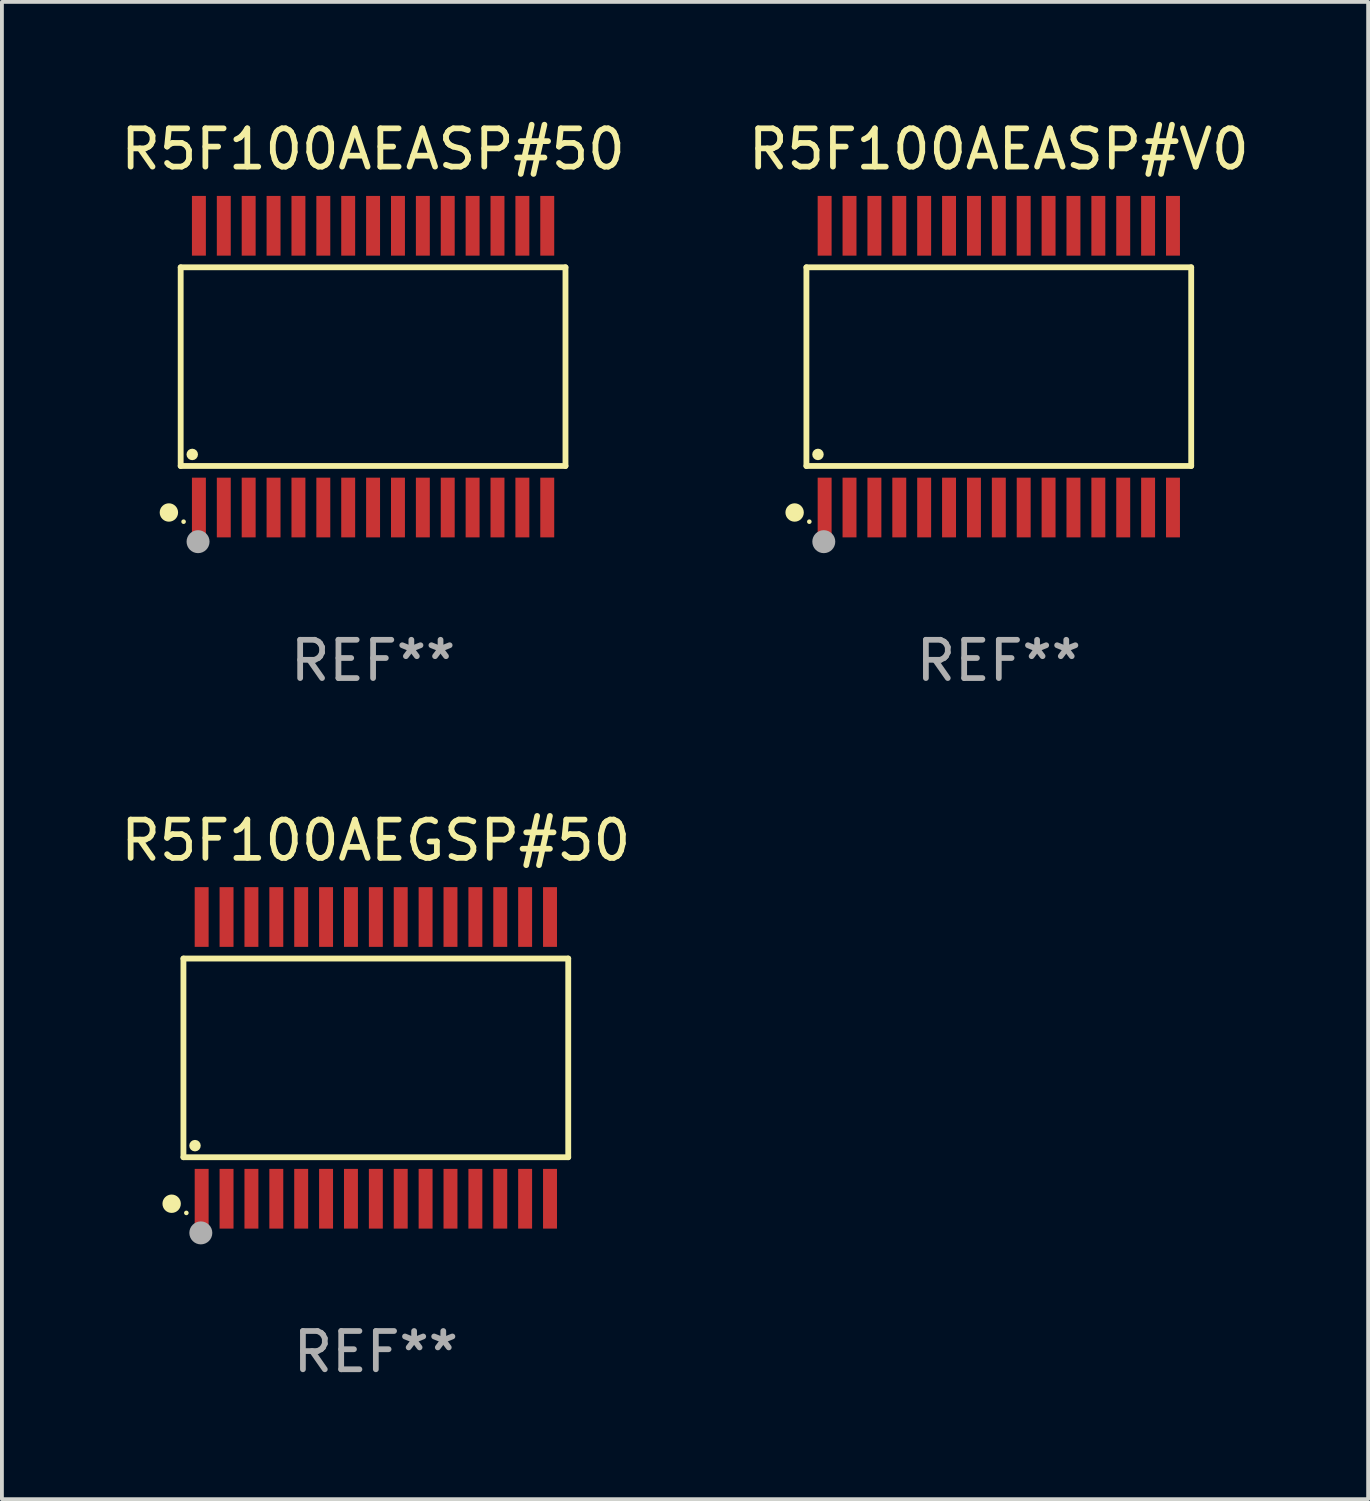
<source format=kicad_pcb>
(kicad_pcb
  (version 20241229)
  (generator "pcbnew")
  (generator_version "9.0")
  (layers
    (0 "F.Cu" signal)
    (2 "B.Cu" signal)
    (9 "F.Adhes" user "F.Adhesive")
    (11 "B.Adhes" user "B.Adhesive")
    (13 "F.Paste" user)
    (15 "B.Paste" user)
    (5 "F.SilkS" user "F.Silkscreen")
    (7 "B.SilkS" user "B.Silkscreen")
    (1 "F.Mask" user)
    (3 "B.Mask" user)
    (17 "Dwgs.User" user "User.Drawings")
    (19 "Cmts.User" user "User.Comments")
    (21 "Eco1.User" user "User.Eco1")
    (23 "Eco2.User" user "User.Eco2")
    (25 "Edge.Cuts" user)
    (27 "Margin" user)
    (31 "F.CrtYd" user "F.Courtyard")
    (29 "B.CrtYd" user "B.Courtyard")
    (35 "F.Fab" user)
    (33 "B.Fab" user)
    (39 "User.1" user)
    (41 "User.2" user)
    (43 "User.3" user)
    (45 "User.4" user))
  (footprint "R5F100AEASP#50"
    (layer "F.Cu")
    (at 6.696 6.528)
    (property "Reference" "R5F100AEASP#50" (at 0 -5.68 0) (layer "F.SilkS") (effects (font (size 1 1) (thickness 0.15))))
    (attr through_hole)
    (fp_line (start -5.026 -2.595) (end 5.026 -2.595) (stroke (width 0.152) (type solid)) (layer "F.SilkS"))
    (fp_line (start -5.026 2.595) (end -5.026 -2.595) (stroke (width 0.152) (type solid)) (layer "F.SilkS"))
    (fp_line (start 5.026 -2.595) (end 5.026 2.595) (stroke (width 0.152) (type solid)) (layer "F.SilkS"))
    (fp_line (start 5.026 2.595) (end -5.026 2.595) (stroke (width 0.152) (type solid)) (layer "F.SilkS"))
    (fp_circle (center -5.334 3.81) (end -5.214 3.81) (stroke (width 0.24) (type solid)) (fill no) (layer "F.SilkS"))
    (fp_circle (center -4.95 4.05) (end -4.92 4.05) (stroke (width 0.06) (type solid)) (fill no) (layer "F.SilkS"))
    (fp_circle (center -4.724 2.293) (end -4.649 2.293) (stroke (width 0.15) (type solid)) (fill no) (layer "F.SilkS"))
    (fp_circle (center -4.572 4.572) (end -4.422 4.572) (stroke (width 0.3) (type solid)) (fill no) (layer "F.Fab"))
    (fp_text user "REF**" (at 0 7.68 0) (layer "F.Fab") (effects (font (size 1 1) (thickness 0.15))))
    (pad "1" smd rect (at -4.55 3.68) (size 0.364 1.56) (layers "F.Cu" "F.Mask" "F.Paste"))
    (pad "2" smd rect (at -3.9 3.68) (size 0.364 1.56) (layers "F.Cu" "F.Mask" "F.Paste"))
    (pad "3" smd rect (at -3.25 3.68) (size 0.364 1.56) (layers "F.Cu" "F.Mask" "F.Paste"))
    (pad "4" smd rect (at -2.6 3.68) (size 0.364 1.56) (layers "F.Cu" "F.Mask" "F.Paste"))
    (pad "5" smd rect (at -1.95 3.68) (size 0.364 1.56) (layers "F.Cu" "F.Mask" "F.Paste"))
    (pad "6" smd rect (at -1.3 3.68) (size 0.364 1.56) (layers "F.Cu" "F.Mask" "F.Paste"))
    (pad "7" smd rect (at -0.65 3.68) (size 0.364 1.56) (layers "F.Cu" "F.Mask" "F.Paste"))
    (pad "8" smd rect (at -0.000013 3.68) (size 0.364 1.56) (layers "F.Cu" "F.Mask" "F.Paste"))
    (pad "9" smd rect (at 0.65 3.68) (size 0.364 1.56) (layers "F.Cu" "F.Mask" "F.Paste"))
    (pad "10" smd rect (at 1.3 3.68) (size 0.364 1.56) (layers "F.Cu" "F.Mask" "F.Paste"))
    (pad "11" smd rect (at 1.95 3.68) (size 0.364 1.56) (layers "F.Cu" "F.Mask" "F.Paste"))
    (pad "12" smd rect (at 2.6 3.68) (size 0.364 1.56) (layers "F.Cu" "F.Mask" "F.Paste"))
    (pad "13" smd rect (at 3.25 3.68) (size 0.364 1.56) (layers "F.Cu" "F.Mask" "F.Paste"))
    (pad "14" smd rect (at 3.9 3.68) (size 0.364 1.56) (layers "F.Cu" "F.Mask" "F.Paste"))
    (pad "15" smd rect (at 4.55 3.68) (size 0.364 1.56) (layers "F.Cu" "F.Mask" "F.Paste"))
    (pad "16" smd rect (at 4.55 -3.68) (size 0.364 1.56) (layers "F.Cu" "F.Mask" "F.Paste"))
    (pad "17" smd rect (at 3.9 -3.68) (size 0.364 1.56) (layers "F.Cu" "F.Mask" "F.Paste"))
    (pad "18" smd rect (at 3.25 -3.68) (size 0.364 1.56) (layers "F.Cu" "F.Mask" "F.Paste"))
    (pad "19" smd rect (at 2.6 -3.68) (size 0.364 1.56) (layers "F.Cu" "F.Mask" "F.Paste"))
    (pad "20" smd rect (at 1.95 -3.68) (size 0.364 1.56) (layers "F.Cu" "F.Mask" "F.Paste"))
    (pad "21" smd rect (at 1.3 -3.68) (size 0.364 1.56) (layers "F.Cu" "F.Mask" "F.Paste"))
    (pad "22" smd rect (at 0.65 -3.68) (size 0.364 1.56) (layers "F.Cu" "F.Mask" "F.Paste"))
    (pad "23" smd rect (at -0.000013 -3.68) (size 0.364 1.56) (layers "F.Cu" "F.Mask" "F.Paste"))
    (pad "24" smd rect (at -0.65 -3.68) (size 0.364 1.56) (layers "F.Cu" "F.Mask" "F.Paste"))
    (pad "25" smd rect (at -1.3 -3.68) (size 0.364 1.56) (layers "F.Cu" "F.Mask" "F.Paste"))
    (pad "26" smd rect (at -1.95 -3.68) (size 0.364 1.56) (layers "F.Cu" "F.Mask" "F.Paste"))
    (pad "27" smd rect (at -2.6 -3.68) (size 0.364 1.56) (layers "F.Cu" "F.Mask" "F.Paste"))
    (pad "28" smd rect (at -3.25 -3.68) (size 0.364 1.56) (layers "F.Cu" "F.Mask" "F.Paste"))
    (pad "29" smd rect (at -3.9 -3.68) (size 0.364 1.56) (layers "F.Cu" "F.Mask" "F.Paste"))
    (pad "30" smd rect (at -4.55 -3.68) (size 0.364 1.56) (layers "F.Cu" "F.Mask" "F.Paste")))
  (footprint "R5F100AEASP#V0"
    (layer "F.Cu")
    (at 23.042 6.528)
    (property "Reference" "R5F100AEASP#V0" (at 0 -5.68 0) (layer "F.SilkS") (effects (font (size 1 1) (thickness 0.15))))
    (attr through_hole)
    (fp_line (start -5.026 -2.595) (end 5.026 -2.595) (stroke (width 0.152) (type solid)) (layer "F.SilkS"))
    (fp_line (start -5.026 2.595) (end -5.026 -2.595) (stroke (width 0.152) (type solid)) (layer "F.SilkS"))
    (fp_line (start 5.026 -2.595) (end 5.026 2.595) (stroke (width 0.152) (type solid)) (layer "F.SilkS"))
    (fp_line (start 5.026 2.595) (end -5.026 2.595) (stroke (width 0.152) (type solid)) (layer "F.SilkS"))
    (fp_circle (center -5.334 3.81) (end -5.214 3.81) (stroke (width 0.24) (type solid)) (fill no) (layer "F.SilkS"))
    (fp_circle (center -4.95 4.05) (end -4.92 4.05) (stroke (width 0.06) (type solid)) (fill no) (layer "F.SilkS"))
    (fp_circle (center -4.724 2.293) (end -4.649 2.293) (stroke (width 0.15) (type solid)) (fill no) (layer "F.SilkS"))
    (fp_circle (center -4.572 4.572) (end -4.422 4.572) (stroke (width 0.3) (type solid)) (fill no) (layer "F.Fab"))
    (fp_text user "REF**" (at 0 7.68 0) (layer "F.Fab") (effects (font (size 1 1) (thickness 0.15))))
    (pad "1" smd rect (at -4.55 3.68) (size 0.364 1.56) (layers "F.Cu" "F.Mask" "F.Paste"))
    (pad "2" smd rect (at -3.9 3.68) (size 0.364 1.56) (layers "F.Cu" "F.Mask" "F.Paste"))
    (pad "3" smd rect (at -3.25 3.68) (size 0.364 1.56) (layers "F.Cu" "F.Mask" "F.Paste"))
    (pad "4" smd rect (at -2.6 3.68) (size 0.364 1.56) (layers "F.Cu" "F.Mask" "F.Paste"))
    (pad "5" smd rect (at -1.95 3.68) (size 0.364 1.56) (layers "F.Cu" "F.Mask" "F.Paste"))
    (pad "6" smd rect (at -1.3 3.68) (size 0.364 1.56) (layers "F.Cu" "F.Mask" "F.Paste"))
    (pad "7" smd rect (at -0.65 3.68) (size 0.364 1.56) (layers "F.Cu" "F.Mask" "F.Paste"))
    (pad "8" smd rect (at -0.000013 3.68) (size 0.364 1.56) (layers "F.Cu" "F.Mask" "F.Paste"))
    (pad "9" smd rect (at 0.65 3.68) (size 0.364 1.56) (layers "F.Cu" "F.Mask" "F.Paste"))
    (pad "10" smd rect (at 1.3 3.68) (size 0.364 1.56) (layers "F.Cu" "F.Mask" "F.Paste"))
    (pad "11" smd rect (at 1.95 3.68) (size 0.364 1.56) (layers "F.Cu" "F.Mask" "F.Paste"))
    (pad "12" smd rect (at 2.6 3.68) (size 0.364 1.56) (layers "F.Cu" "F.Mask" "F.Paste"))
    (pad "13" smd rect (at 3.25 3.68) (size 0.364 1.56) (layers "F.Cu" "F.Mask" "F.Paste"))
    (pad "14" smd rect (at 3.9 3.68) (size 0.364 1.56) (layers "F.Cu" "F.Mask" "F.Paste"))
    (pad "15" smd rect (at 4.55 3.68) (size 0.364 1.56) (layers "F.Cu" "F.Mask" "F.Paste"))
    (pad "16" smd rect (at 4.55 -3.68) (size 0.364 1.56) (layers "F.Cu" "F.Mask" "F.Paste"))
    (pad "17" smd rect (at 3.9 -3.68) (size 0.364 1.56) (layers "F.Cu" "F.Mask" "F.Paste"))
    (pad "18" smd rect (at 3.25 -3.68) (size 0.364 1.56) (layers "F.Cu" "F.Mask" "F.Paste"))
    (pad "19" smd rect (at 2.6 -3.68) (size 0.364 1.56) (layers "F.Cu" "F.Mask" "F.Paste"))
    (pad "20" smd rect (at 1.95 -3.68) (size 0.364 1.56) (layers "F.Cu" "F.Mask" "F.Paste"))
    (pad "21" smd rect (at 1.3 -3.68) (size 0.364 1.56) (layers "F.Cu" "F.Mask" "F.Paste"))
    (pad "22" smd rect (at 0.65 -3.68) (size 0.364 1.56) (layers "F.Cu" "F.Mask" "F.Paste"))
    (pad "23" smd rect (at -0.000013 -3.68) (size 0.364 1.56) (layers "F.Cu" "F.Mask" "F.Paste"))
    (pad "24" smd rect (at -0.65 -3.68) (size 0.364 1.56) (layers "F.Cu" "F.Mask" "F.Paste"))
    (pad "25" smd rect (at -1.3 -3.68) (size 0.364 1.56) (layers "F.Cu" "F.Mask" "F.Paste"))
    (pad "26" smd rect (at -1.95 -3.68) (size 0.364 1.56) (layers "F.Cu" "F.Mask" "F.Paste"))
    (pad "27" smd rect (at -2.6 -3.68) (size 0.364 1.56) (layers "F.Cu" "F.Mask" "F.Paste"))
    (pad "28" smd rect (at -3.25 -3.68) (size 0.364 1.56) (layers "F.Cu" "F.Mask" "F.Paste"))
    (pad "29" smd rect (at -3.9 -3.68) (size 0.364 1.56) (layers "F.Cu" "F.Mask" "F.Paste"))
    (pad "30" smd rect (at -4.55 -3.68) (size 0.364 1.56) (layers "F.Cu" "F.Mask" "F.Paste")))
  (footprint "R5F100AEGSP#50"
    (layer "F.Cu")
    (at 6.768 24.585)
    (property "Reference" "R5F100AEGSP#50" (at 0 -5.68 0) (layer "F.SilkS") (effects (font (size 1 1) (thickness 0.15))))
    (attr through_hole)
    (fp_line (start -5.026 -2.595) (end 5.026 -2.595) (stroke (width 0.152) (type solid)) (layer "F.SilkS"))
    (fp_line (start -5.026 2.595) (end -5.026 -2.595) (stroke (width 0.152) (type solid)) (layer "F.SilkS"))
    (fp_line (start 5.026 -2.595) (end 5.026 2.595) (stroke (width 0.152) (type solid)) (layer "F.SilkS"))
    (fp_line (start 5.026 2.595) (end -5.026 2.595) (stroke (width 0.152) (type solid)) (layer "F.SilkS"))
    (fp_circle (center -5.334 3.81) (end -5.214 3.81) (stroke (width 0.24) (type solid)) (fill no) (layer "F.SilkS"))
    (fp_circle (center -4.95 4.05) (end -4.92 4.05) (stroke (width 0.06) (type solid)) (fill no) (layer "F.SilkS"))
    (fp_circle (center -4.724 2.293) (end -4.649 2.293) (stroke (width 0.15) (type solid)) (fill no) (layer "F.SilkS"))
    (fp_circle (center -4.572 4.572) (end -4.422 4.572) (stroke (width 0.3) (type solid)) (fill no) (layer "F.Fab"))
    (fp_text user "REF**" (at 0 7.68 0) (layer "F.Fab") (effects (font (size 1 1) (thickness 0.15))))
    (pad "1" smd rect (at -4.55 3.68) (size 0.364 1.56) (layers "F.Cu" "F.Mask" "F.Paste"))
    (pad "2" smd rect (at -3.9 3.68) (size 0.364 1.56) (layers "F.Cu" "F.Mask" "F.Paste"))
    (pad "3" smd rect (at -3.25 3.68) (size 0.364 1.56) (layers "F.Cu" "F.Mask" "F.Paste"))
    (pad "4" smd rect (at -2.6 3.68) (size 0.364 1.56) (layers "F.Cu" "F.Mask" "F.Paste"))
    (pad "5" smd rect (at -1.95 3.68) (size 0.364 1.56) (layers "F.Cu" "F.Mask" "F.Paste"))
    (pad "6" smd rect (at -1.3 3.68) (size 0.364 1.56) (layers "F.Cu" "F.Mask" "F.Paste"))
    (pad "7" smd rect (at -0.65 3.68) (size 0.364 1.56) (layers "F.Cu" "F.Mask" "F.Paste"))
    (pad "8" smd rect (at -0.000013 3.68) (size 0.364 1.56) (layers "F.Cu" "F.Mask" "F.Paste"))
    (pad "9" smd rect (at 0.65 3.68) (size 0.364 1.56) (layers "F.Cu" "F.Mask" "F.Paste"))
    (pad "10" smd rect (at 1.3 3.68) (size 0.364 1.56) (layers "F.Cu" "F.Mask" "F.Paste"))
    (pad "11" smd rect (at 1.95 3.68) (size 0.364 1.56) (layers "F.Cu" "F.Mask" "F.Paste"))
    (pad "12" smd rect (at 2.6 3.68) (size 0.364 1.56) (layers "F.Cu" "F.Mask" "F.Paste"))
    (pad "13" smd rect (at 3.25 3.68) (size 0.364 1.56) (layers "F.Cu" "F.Mask" "F.Paste"))
    (pad "14" smd rect (at 3.9 3.68) (size 0.364 1.56) (layers "F.Cu" "F.Mask" "F.Paste"))
    (pad "15" smd rect (at 4.55 3.68) (size 0.364 1.56) (layers "F.Cu" "F.Mask" "F.Paste"))
    (pad "16" smd rect (at 4.55 -3.68) (size 0.364 1.56) (layers "F.Cu" "F.Mask" "F.Paste"))
    (pad "17" smd rect (at 3.9 -3.68) (size 0.364 1.56) (layers "F.Cu" "F.Mask" "F.Paste"))
    (pad "18" smd rect (at 3.25 -3.68) (size 0.364 1.56) (layers "F.Cu" "F.Mask" "F.Paste"))
    (pad "19" smd rect (at 2.6 -3.68) (size 0.364 1.56) (layers "F.Cu" "F.Mask" "F.Paste"))
    (pad "20" smd rect (at 1.95 -3.68) (size 0.364 1.56) (layers "F.Cu" "F.Mask" "F.Paste"))
    (pad "21" smd rect (at 1.3 -3.68) (size 0.364 1.56) (layers "F.Cu" "F.Mask" "F.Paste"))
    (pad "22" smd rect (at 0.65 -3.68) (size 0.364 1.56) (layers "F.Cu" "F.Mask" "F.Paste"))
    (pad "23" smd rect (at -0.000013 -3.68) (size 0.364 1.56) (layers "F.Cu" "F.Mask" "F.Paste"))
    (pad "24" smd rect (at -0.65 -3.68) (size 0.364 1.56) (layers "F.Cu" "F.Mask" "F.Paste"))
    (pad "25" smd rect (at -1.3 -3.68) (size 0.364 1.56) (layers "F.Cu" "F.Mask" "F.Paste"))
    (pad "26" smd rect (at -1.95 -3.68) (size 0.364 1.56) (layers "F.Cu" "F.Mask" "F.Paste"))
    (pad "27" smd rect (at -2.6 -3.68) (size 0.364 1.56) (layers "F.Cu" "F.Mask" "F.Paste"))
    (pad "28" smd rect (at -3.25 -3.68) (size 0.364 1.56) (layers "F.Cu" "F.Mask" "F.Paste"))
    (pad "29" smd rect (at -3.9 -3.68) (size 0.364 1.56) (layers "F.Cu" "F.Mask" "F.Paste"))
    (pad "30" smd rect (at -4.55 -3.68) (size 0.364 1.56) (layers "F.Cu" "F.Mask" "F.Paste")))
  (gr_rect
    (start -3 -3)
    (end 32.69 36.113)
    (stroke (width 0.1) (type default))
    (fill no)
    (layer "Edge.Cuts")))
</source>
